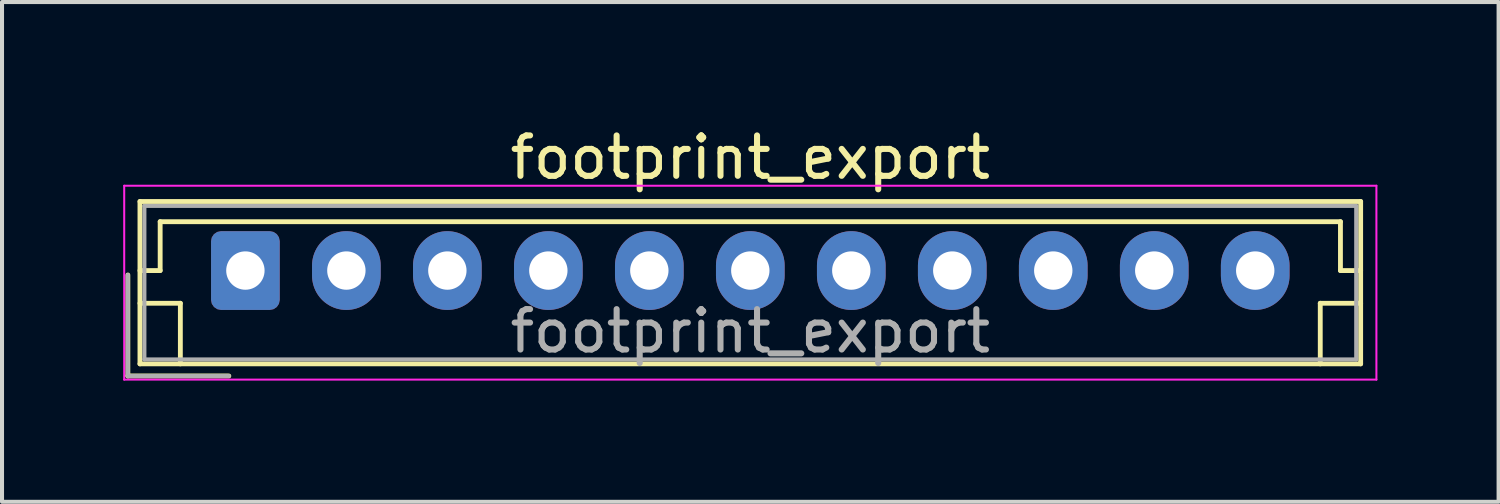
<source format=kicad_pcb>
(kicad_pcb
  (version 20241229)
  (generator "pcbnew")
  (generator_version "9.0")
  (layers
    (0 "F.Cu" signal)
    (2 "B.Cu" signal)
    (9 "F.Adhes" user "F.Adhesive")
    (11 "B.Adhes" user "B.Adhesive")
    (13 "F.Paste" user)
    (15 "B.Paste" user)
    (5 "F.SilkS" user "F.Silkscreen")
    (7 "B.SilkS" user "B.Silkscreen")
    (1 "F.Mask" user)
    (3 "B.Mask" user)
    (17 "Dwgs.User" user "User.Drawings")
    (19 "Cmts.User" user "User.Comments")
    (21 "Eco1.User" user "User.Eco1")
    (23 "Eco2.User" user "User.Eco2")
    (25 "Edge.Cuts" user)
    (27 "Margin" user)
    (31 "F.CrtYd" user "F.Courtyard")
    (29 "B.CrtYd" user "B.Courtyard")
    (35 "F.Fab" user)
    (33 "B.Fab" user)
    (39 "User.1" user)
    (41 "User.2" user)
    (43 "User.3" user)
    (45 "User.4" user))
  (footprint "footprint_export"
    (layer "F.Cu")
    (at 3.025 3.648)
    (property "Reference" "footprint_export" (at 12.5 -2.8 0) (layer "F.SilkS") (effects (font (size 1 1) (thickness 0.15))))
    (attr through_hole)
    (fp_line (start -2.91 0.11) (end -2.91 2.61) (stroke (width 0.12) (type solid)) (layer "F.SilkS"))
    (fp_line (start -2.91 2.61) (end -0.41 2.61) (stroke (width 0.12) (type solid)) (layer "F.SilkS"))
    (fp_line (start -2.61 -1.71) (end -2.61 2.31) (stroke (width 0.12) (type solid)) (layer "F.SilkS"))
    (fp_line (start -2.61 0) (end -2.11 0) (stroke (width 0.12) (type solid)) (layer "F.SilkS"))
    (fp_line (start -2.61 0.81) (end -1.61 0.81) (stroke (width 0.12) (type solid)) (layer "F.SilkS"))
    (fp_line (start -2.61 2.31) (end 27.61 2.31) (stroke (width 0.12) (type solid)) (layer "F.SilkS"))
    (fp_line (start -2.11 -1.21) (end 27.11 -1.21) (stroke (width 0.12) (type solid)) (layer "F.SilkS"))
    (fp_line (start -2.11 0) (end -2.11 -1.21) (stroke (width 0.12) (type solid)) (layer "F.SilkS"))
    (fp_line (start -1.61 0.81) (end -1.61 2.31) (stroke (width 0.12) (type solid)) (layer "F.SilkS"))
    (fp_line (start 26.61 0.81) (end 26.61 2.31) (stroke (width 0.12) (type solid)) (layer "F.SilkS"))
    (fp_line (start 27.11 -1.21) (end 27.11 0) (stroke (width 0.12) (type solid)) (layer "F.SilkS"))
    (fp_line (start 27.11 0) (end 27.61 0) (stroke (width 0.12) (type solid)) (layer "F.SilkS"))
    (fp_line (start 27.61 -1.71) (end -2.61 -1.71) (stroke (width 0.12) (type solid)) (layer "F.SilkS"))
    (fp_line (start 27.61 0.81) (end 26.61 0.81) (stroke (width 0.12) (type solid)) (layer "F.SilkS"))
    (fp_line (start 27.61 2.31) (end 27.61 -1.71) (stroke (width 0.12) (type solid)) (layer "F.SilkS"))
    (fp_line (start -3 -2.1) (end -3 2.7) (stroke (width 0.05) (type solid)) (layer "F.CrtYd"))
    (fp_line (start -3 2.7) (end 28 2.7) (stroke (width 0.05) (type solid)) (layer "F.CrtYd"))
    (fp_line (start 28 -2.1) (end -3 -2.1) (stroke (width 0.05) (type solid)) (layer "F.CrtYd"))
    (fp_line (start 28 2.7) (end 28 -2.1) (stroke (width 0.05) (type solid)) (layer "F.CrtYd"))
    (fp_line (start -2.91 0.11) (end -2.91 2.61) (stroke (width 0.1) (type solid)) (layer "F.Fab"))
    (fp_line (start -2.91 2.61) (end -0.41 2.61) (stroke (width 0.1) (type solid)) (layer "F.Fab"))
    (fp_line (start -2.5 -1.6) (end -2.5 2.2) (stroke (width 0.1) (type solid)) (layer "F.Fab"))
    (fp_line (start -2.5 2.2) (end 27.5 2.2) (stroke (width 0.1) (type solid)) (layer "F.Fab"))
    (fp_line (start 27.5 -1.6) (end -2.5 -1.6) (stroke (width 0.1) (type solid)) (layer "F.Fab"))
    (fp_line (start 27.5 2.2) (end 27.5 -1.6) (stroke (width 0.1) (type solid)) (layer "F.Fab"))
    (fp_text user "${REFERENCE}" (at 12.5 1.5 0) (layer "F.Fab") (effects (font (size 1 1) (thickness 0.15))))
    (pad "1" thru_hole roundrect (at 0 0) (size 1.7 1.95) (drill 0.95) (layers "*.Cu" "*.Mask") (roundrect_rratio 0.147))
    (pad "2" thru_hole oval (at 2.5 0) (size 1.7 1.95) (drill 0.95) (layers "*.Cu" "*.Mask"))
    (pad "3" thru_hole oval (at 5 0) (size 1.7 1.95) (drill 0.95) (layers "*.Cu" "*.Mask"))
    (pad "4" thru_hole oval (at 7.5 0) (size 1.7 1.95) (drill 0.95) (layers "*.Cu" "*.Mask"))
    (pad "5" thru_hole oval (at 10 0) (size 1.7 1.95) (drill 0.95) (layers "*.Cu" "*.Mask"))
    (pad "6" thru_hole oval (at 12.5 0) (size 1.7 1.95) (drill 0.95) (layers "*.Cu" "*.Mask"))
    (pad "7" thru_hole oval (at 15 0) (size 1.7 1.95) (drill 0.95) (layers "*.Cu" "*.Mask"))
    (pad "8" thru_hole oval (at 17.5 0) (size 1.7 1.95) (drill 0.95) (layers "*.Cu" "*.Mask"))
    (pad "9" thru_hole oval (at 20 0) (size 1.7 1.95) (drill 0.95) (layers "*.Cu" "*.Mask"))
    (pad "10" thru_hole oval (at 22.5 0) (size 1.7 1.95) (drill 0.95) (layers "*.Cu" "*.Mask"))
    (pad "11" thru_hole oval (at 25 0) (size 1.7 1.95) (drill 0.95) (layers "*.Cu" "*.Mask")))
  (gr_rect
    (start -3 -3)
    (end 34.05 9.373)
    (stroke (width 0.1) (type default))
    (fill no)
    (layer "Edge.Cuts")))
</source>
